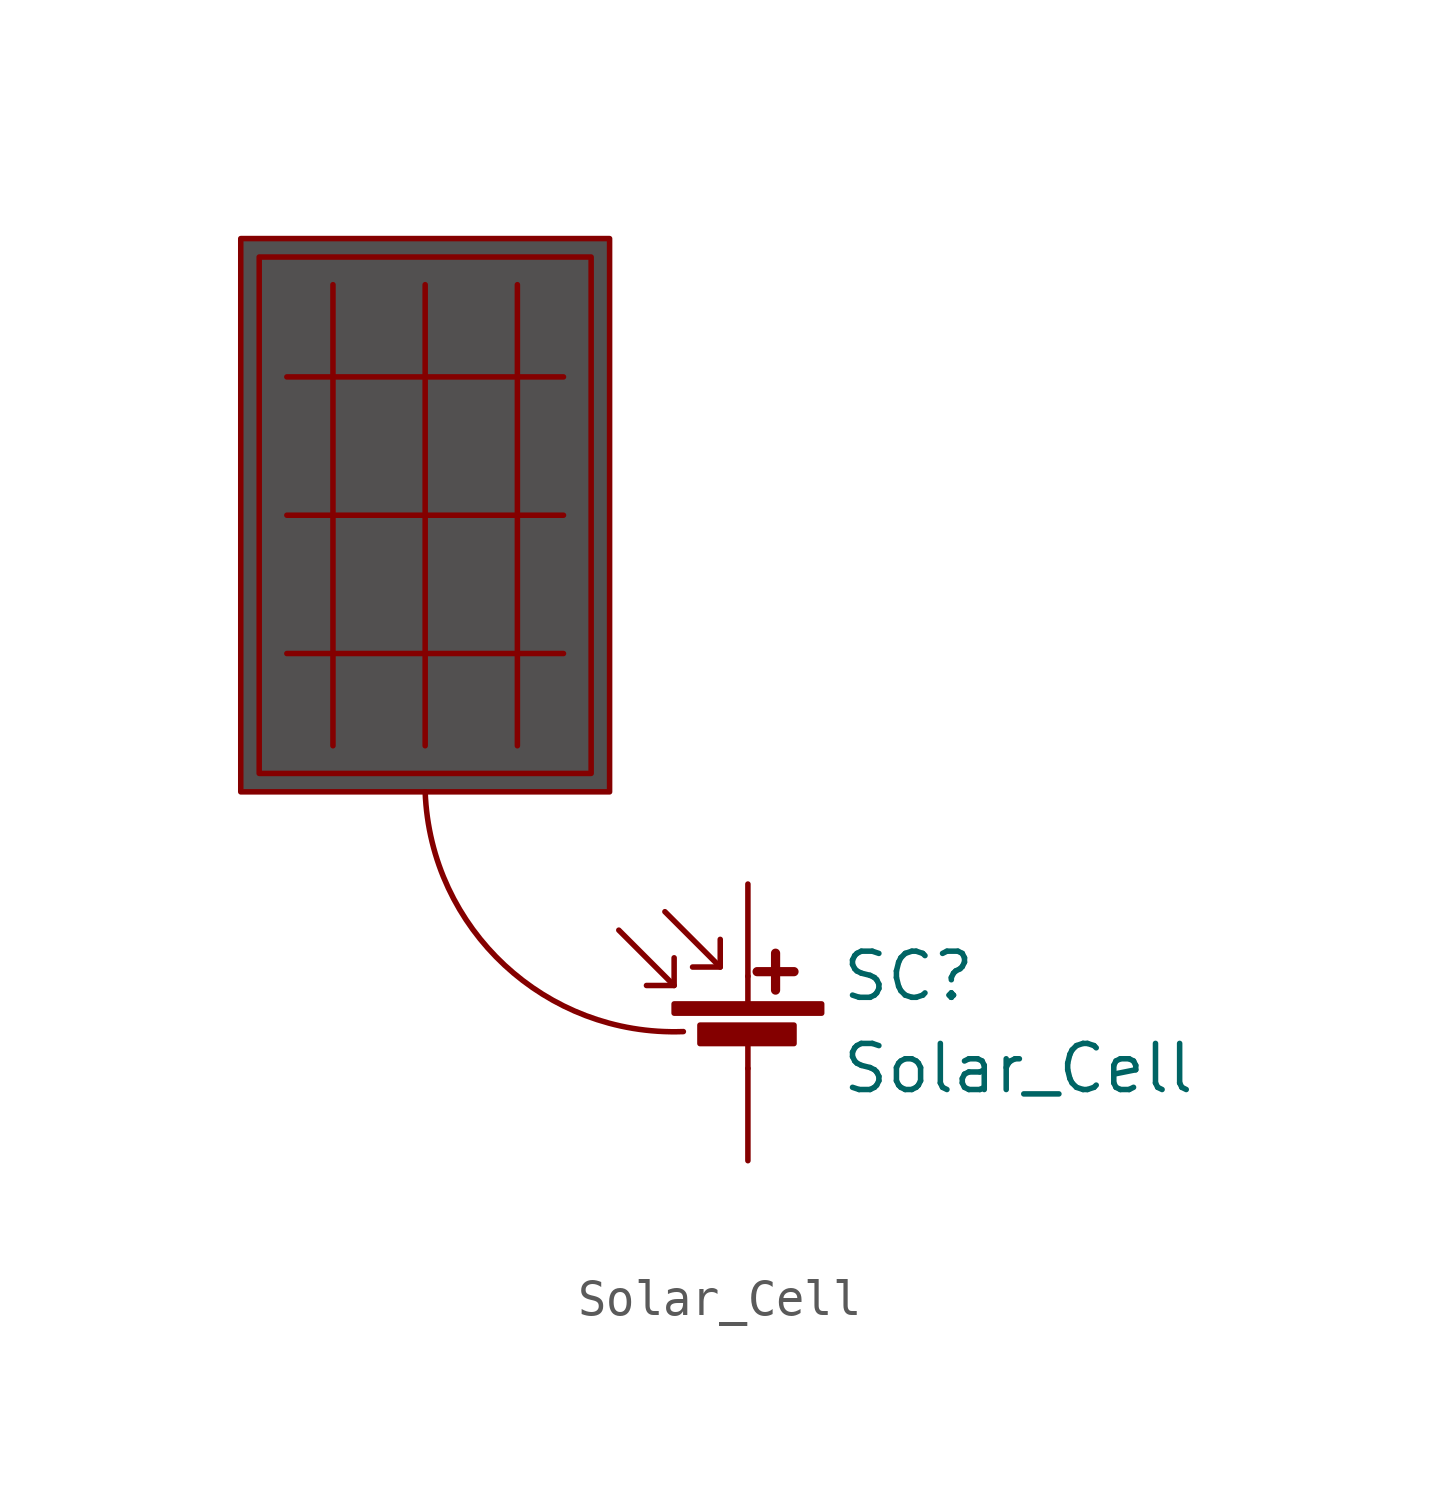
<source format=kicad_sym>
(kicad_symbol_lib
  (version 20241209)
  (generator "kicad_symbol_editor")
  (generator_version "9.0")
  (symbol "Solar_Cell"
    (pin_numbers
      (hide yes))
    (pin_names
      (offset 0)
      (hide yes))
    (property "Reference" "SC"
      (at 2.54 2.54 0)
      (effects (font (size 1.27 1.27)) (justify left)))
    (property "Value" "Solar_Cell"
      (at 2.54 0 0)
      (effects (font (size 1.27 1.27)) (justify left)))
    (symbol "Solar_Cell_0_1"
      (polyline (pts (xy -11.43 21.59) (xy -11.43 8.89)) (stroke (width 0) (type default)) (fill (type none)))
      (polyline (pts (xy -8.89 21.59) (xy -8.89 8.89)) (stroke (width 0) (type default)) (fill (type none)))
      (polyline (pts (xy -2.032 3.048) (xy -2.032 2.286) (xy -2.794 2.286)) (stroke (width 0) (type default)) (fill (type none)))
      (polyline (pts (xy -2.032 2.286) (xy -3.556 3.81)) (stroke (width 0) (type default)) (fill (type none)))
      (rectangle (start -2.032 1.778) (end 2.032 1.524) (stroke (width 0) (type default)) (fill (type outline)))
      (rectangle (start -1.321 1.194) (end 1.27 0.686) (stroke (width 0) (type default)) (fill (type outline)))
      (polyline (pts (xy -0.762 3.556) (xy -0.762 2.794) (xy -1.524 2.794)) (stroke (width 0) (type default)) (fill (type none)))
      (polyline (pts (xy -0.762 2.794) (xy -2.286 4.318)) (stroke (width 0) (type default)) (fill (type none)))
      (polyline (pts (xy 0 1.778) (xy 0 2.54)) (stroke (width 0) (type default)) (fill (type none)))
      (polyline (pts (xy 0 0.762) (xy 0 0)) (stroke (width 0) (type default)) (fill (type none)))
      (polyline (pts (xy 0.254 2.667) (xy 1.27 2.667)) (stroke (width 0.254) (type default)) (fill (type none)))
      (polyline (pts (xy 0.762 3.175) (xy 0.762 2.159)) (stroke (width 0.254) (type default)) (fill (type none))))
    (symbol "Solar_Cell_1_1"
      (rectangle (start -13.97 22.86) (end -3.81 7.62) (stroke (width 0) (type solid)) (fill (type color) (color 82 80 80 1)))
      (rectangle (start -13.462 22.352) (end -4.318 8.128) (stroke (width 0) (type default)) (fill (type none)))
      (polyline (pts (xy -12.7 19.05) (xy -5.08 19.05)) (stroke (width 0) (type default)) (fill (type none)))
      (polyline (pts (xy -12.7 15.24) (xy -5.08 15.24)) (stroke (width 0) (type default)) (fill (type none)))
      (polyline (pts (xy -12.7 11.43) (xy -5.08 11.43)) (stroke (width 0) (type default)) (fill (type none)))
      (polyline (pts (xy -6.35 21.59) (xy -6.35 8.89)) (stroke (width 0) (type solid)) (fill (type none)))
      (arc (start -1.778 1.016) (mid -6.7017 2.8451) (end -8.89 7.62) (stroke (width 0) (type default)) (fill (type none)))
      (pin passive line (at 0 5.08 270) (length 2.54) (name "+" (effects (font (size 1.27 1.27)))) (number "1" (effects (font (size 1.27 1.27)))))
      (pin passive line (at 0 -2.54 90) (length 2.54) (name "-" (effects (font (size 1.27 1.27)))) (number "2" (effects (font (size 1.27 1.27))))))))
</source>
